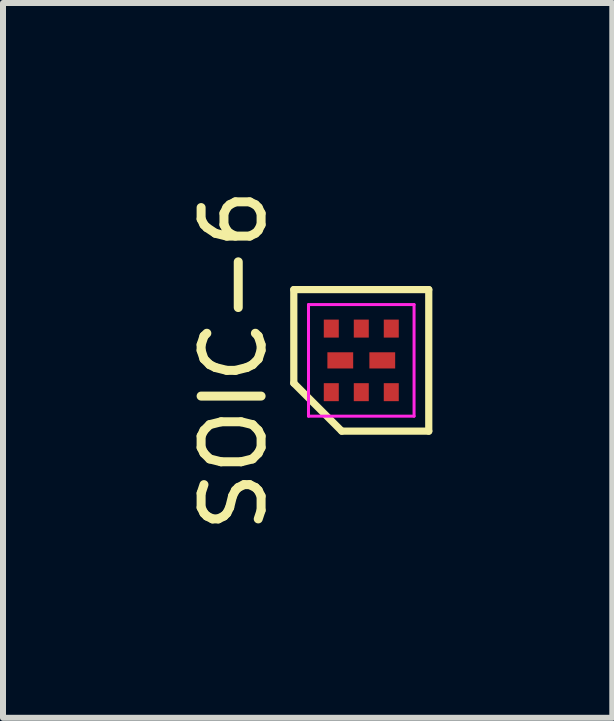
<source format=kicad_pcb>
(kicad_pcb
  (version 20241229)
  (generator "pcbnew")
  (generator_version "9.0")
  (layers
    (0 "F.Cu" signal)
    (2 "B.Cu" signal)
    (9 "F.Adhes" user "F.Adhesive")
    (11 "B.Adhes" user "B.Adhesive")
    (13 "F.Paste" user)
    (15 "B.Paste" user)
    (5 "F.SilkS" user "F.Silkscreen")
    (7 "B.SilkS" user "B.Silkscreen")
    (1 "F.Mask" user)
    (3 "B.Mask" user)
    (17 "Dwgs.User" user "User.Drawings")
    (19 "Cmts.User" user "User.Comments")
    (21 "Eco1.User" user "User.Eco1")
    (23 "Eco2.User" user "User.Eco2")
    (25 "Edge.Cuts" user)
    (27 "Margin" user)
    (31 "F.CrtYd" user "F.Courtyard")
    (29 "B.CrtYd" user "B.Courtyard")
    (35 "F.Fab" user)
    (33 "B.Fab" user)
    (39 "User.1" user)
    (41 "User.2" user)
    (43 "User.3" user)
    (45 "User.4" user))
  (footprint "SOIC-6"
    (layer "F.Cu")
    (at 2.973 2.958)
    (property "Reference" "SOIC-6" (at -2.125 0 90) (layer "F.SilkS") (effects (font (size 1 1) (thickness 0.15))))
    (attr smd)
    (fp_line (start -1.125 -1.18) (end 1.125 -1.18) (stroke (width 0.12) (type solid)) (layer "F.SilkS"))
    (fp_line (start -1.125 0.38) (end -1.125 -1.18) (stroke (width 0.12) (type solid)) (layer "F.SilkS"))
    (fp_line (start -0.325 1.18) (end -1.125 0.38) (stroke (width 0.12) (type solid)) (layer "F.SilkS"))
    (fp_line (start 1.125 -1.18) (end 1.125 1.18) (stroke (width 0.12) (type solid)) (layer "F.SilkS"))
    (fp_line (start 1.125 1.18) (end -0.325 1.18) (stroke (width 0.12) (type solid)) (layer "F.SilkS"))
    (fp_line (start -0.88 -0.93) (end 0.88 -0.93) (stroke (width 0.05) (type solid)) (layer "F.CrtYd"))
    (fp_line (start -0.88 0.93) (end -0.88 -0.93) (stroke (width 0.05) (type solid)) (layer "F.CrtYd"))
    (fp_line (start 0.88 -0.93) (end 0.88 0.93) (stroke (width 0.05) (type solid)) (layer "F.CrtYd"))
    (fp_line (start 0.88 0.93) (end -0.88 0.93) (stroke (width 0.05) (type solid)) (layer "F.CrtYd"))
    (pad "1" smd rect (at -0.5 0.53) (size 0.25 0.3) (layers "F.Cu" "F.Mask" "F.Paste"))
    (pad "2" smd rect (at 0 0.53) (size 0.25 0.3) (layers "F.Cu" "F.Mask" "F.Paste"))
    (pad "3" smd rect (at 0.35 0) (size 0.43 0.27) (layers "F.Cu" "F.Mask" "F.Paste"))
    (pad "3" smd rect (at 0.5 0.53) (size 0.25 0.3) (layers "F.Cu" "F.Mask" "F.Paste"))
    (pad "4" smd rect (at 0.5 -0.53) (size 0.25 0.3) (layers "F.Cu" "F.Mask" "F.Paste"))
    (pad "5" smd rect (at 0 -0.53) (size 0.25 0.3) (layers "F.Cu" "F.Mask" "F.Paste"))
    (pad "6" smd rect (at -0.5 -0.53) (size 0.25 0.3) (layers "F.Cu" "F.Mask" "F.Paste"))
    (pad "6" smd rect (at -0.35 0) (size 0.43 0.27) (layers "F.Cu" "F.Mask" "F.Paste")))
  (gr_rect
    (start -3 -3)
    (end 7.158 8.917)
    (stroke (width 0.1) (type default))
    (fill no)
    (layer "Edge.Cuts")))
</source>
